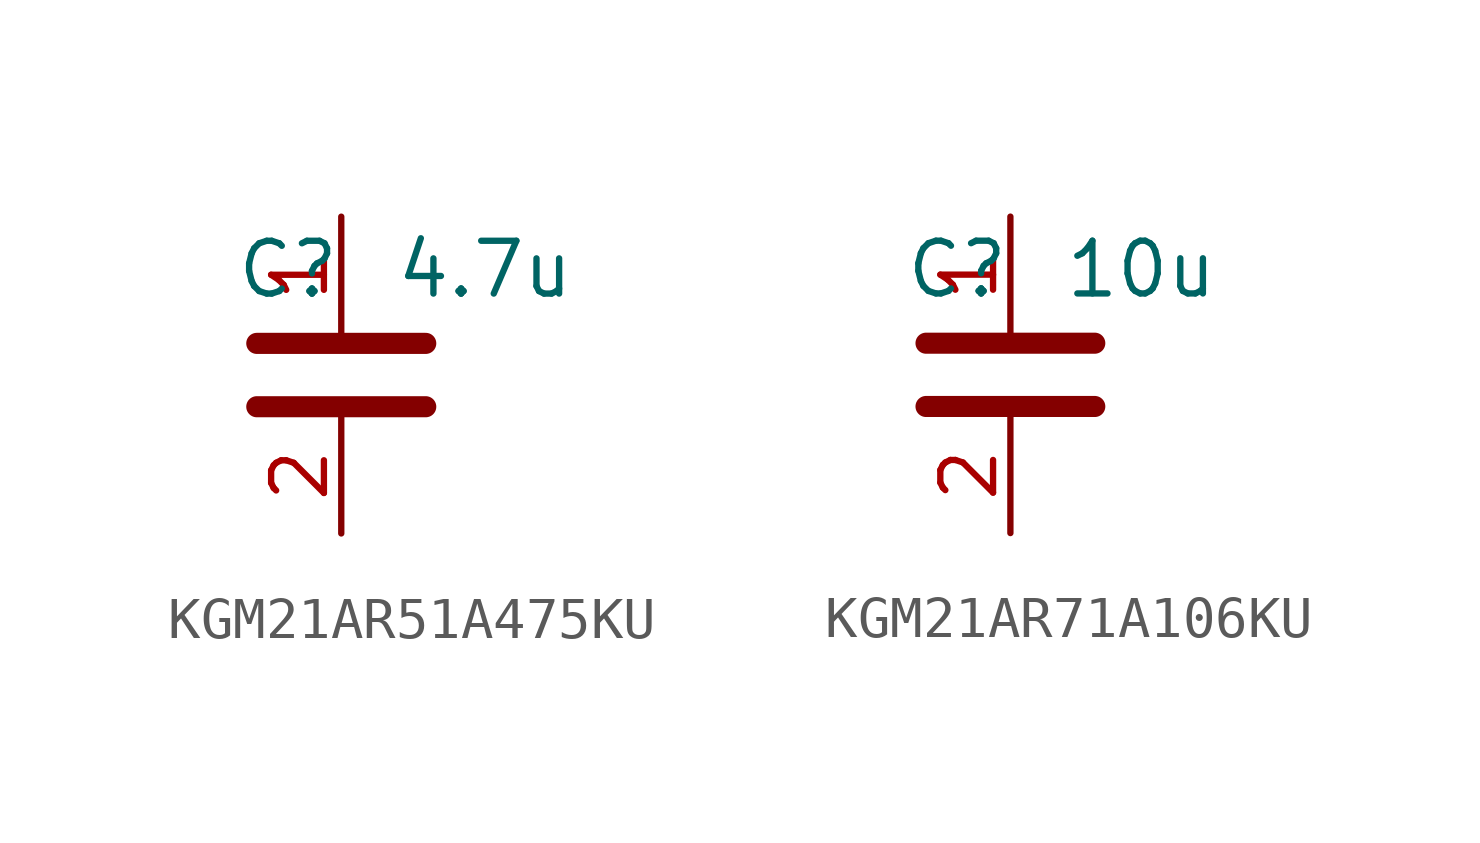
<source format=kicad_sym>
(kicad_symbol_lib
  (version 20241209)
  (generator "kicad_symbol_editor")
  (generator_version "9.0")
  (symbol "KGM21AR51A475KU"
    (property "Reference" "C"
      (at 0 2.54 0)
      (effects (font (size 1.27 1.27)) (justify right)))
    (property "Value" "4.7u"
      (at 1.27 2.54 0)
      (effects (font (size 1.27 1.27)) (justify left)))
    (symbol "KGM21AR51A475KU_0_1"
      (polyline (pts (xy -2.032 0.762) (xy 2.032 0.762)) (stroke (width 0.508) (type default)) (fill (type none)))
      (polyline (pts (xy -2.032 -0.762) (xy 2.032 -0.762)) (stroke (width 0.508) (type default)) (fill (type none))))
    (symbol "KGM21AR51A475KU_1_1"
      (pin passive line (at 0 3.81 270) (length 2.794) (name "~" (effects (font (size 1.27 1.27)))) (number "1" (effects (font (size 1.27 1.27)))))
      (pin passive line (at 0 -3.81 90) (length 2.794) (name "~" (effects (font (size 1.27 1.27)))) (number "2" (effects (font (size 1.27 1.27)))))))
  (symbol "KGM21AR71A106KU"
    (property "Reference" "C"
      (at 0 2.54 0)
      (effects (font (size 1.27 1.27)) (justify right)))
    (property "Value" "10u"
      (at 1.27 2.54 0)
      (effects (font (size 1.27 1.27)) (justify left)))
    (symbol "KGM21AR71A106KU_0_1"
      (polyline (pts (xy -2.032 0.762) (xy 2.032 0.762)) (stroke (width 0.508) (type default)) (fill (type none)))
      (polyline (pts (xy -2.032 -0.762) (xy 2.032 -0.762)) (stroke (width 0.508) (type default)) (fill (type none))))
    (symbol "KGM21AR71A106KU_1_1"
      (pin passive line (at 0 3.81 270) (length 2.794) (name "~" (effects (font (size 1.27 1.27)))) (number "1" (effects (font (size 1.27 1.27)))))
      (pin passive line (at 0 -3.81 90) (length 2.794) (name "~" (effects (font (size 1.27 1.27)))) (number "2" (effects (font (size 1.27 1.27))))))))
</source>
